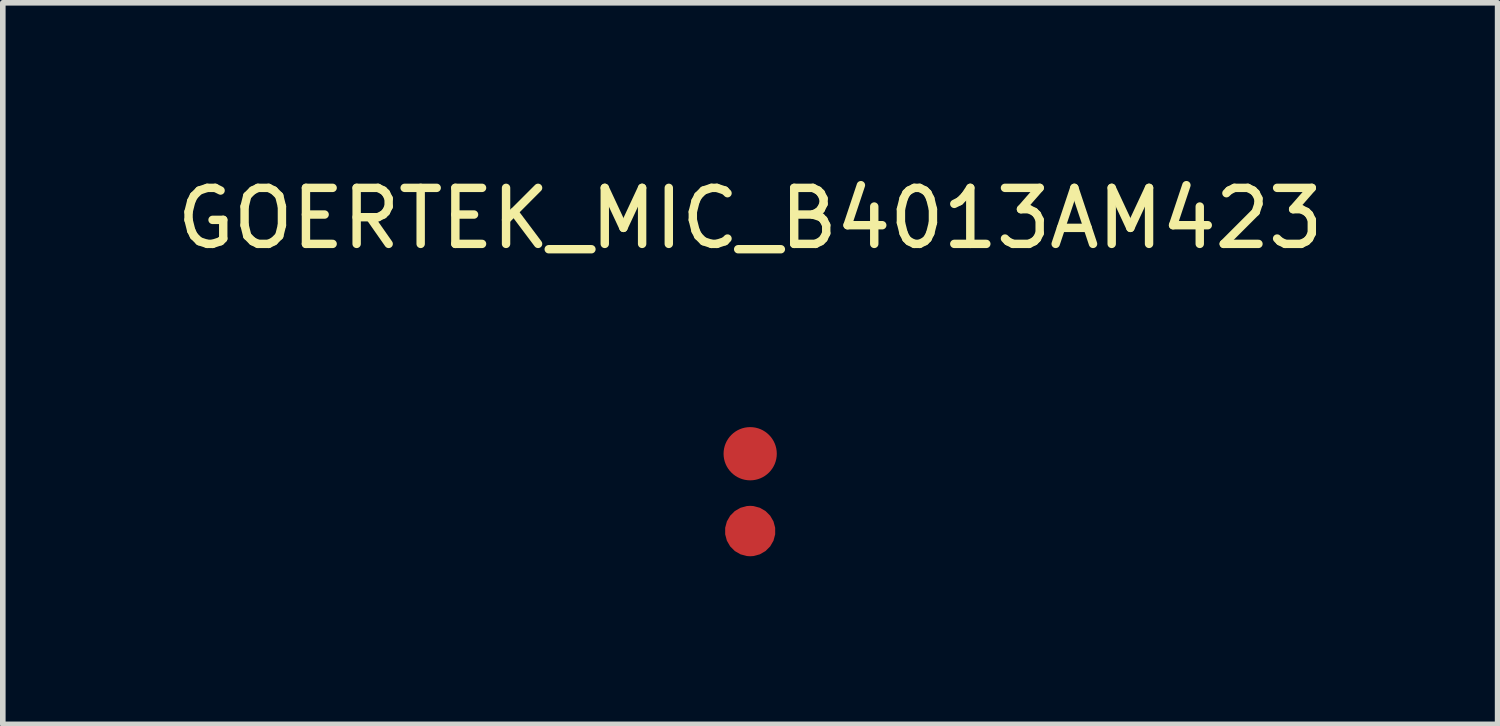
<source format=kicad_pcb>
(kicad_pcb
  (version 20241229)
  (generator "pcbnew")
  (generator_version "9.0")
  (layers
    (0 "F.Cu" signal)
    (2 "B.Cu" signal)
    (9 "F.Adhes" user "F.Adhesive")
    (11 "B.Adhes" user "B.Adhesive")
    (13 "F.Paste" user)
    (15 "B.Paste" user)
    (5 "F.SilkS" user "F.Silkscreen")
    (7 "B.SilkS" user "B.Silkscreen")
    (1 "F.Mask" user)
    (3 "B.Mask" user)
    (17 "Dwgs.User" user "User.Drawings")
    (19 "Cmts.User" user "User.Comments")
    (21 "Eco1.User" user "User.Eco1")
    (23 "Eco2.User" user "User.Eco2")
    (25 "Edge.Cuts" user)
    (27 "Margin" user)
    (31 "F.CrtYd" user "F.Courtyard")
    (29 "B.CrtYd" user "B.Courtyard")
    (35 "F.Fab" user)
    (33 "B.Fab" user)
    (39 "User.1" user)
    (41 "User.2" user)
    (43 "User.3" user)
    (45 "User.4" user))
  (footprint "GOERTEK_MIC_B4013AM423"
    (layer "F.Cu")
    (at 10.339 5.048)
    (property "Reference" "GOERTEK_MIC_B4013AM423" (at 0 -4.2 0) (unlocked yes) (layer "F.SilkS") (effects (font (size 1 1) (thickness 0.15))))
    (attr smd)
    (pad "1" smd custom (at 0 0) (size 0.001 0.001) (layers "F.Cu" "F.Mask" "F.Paste") (options (anchor circle)) (primitives (gr_arc (start 0 1.38) (mid 0 -1.38) (end 0 1.38) (width 0.9))))
    (pad "2" smd circle (at 0 0) (size 0.95 0.95) (layers "F.Cu" "F.Mask" "F.Paste")))
  (gr_rect
    (start -3 -3)
    (end 23.679 9.878)
    (stroke (width 0.1) (type default))
    (fill no)
    (layer "Edge.Cuts")))
</source>
